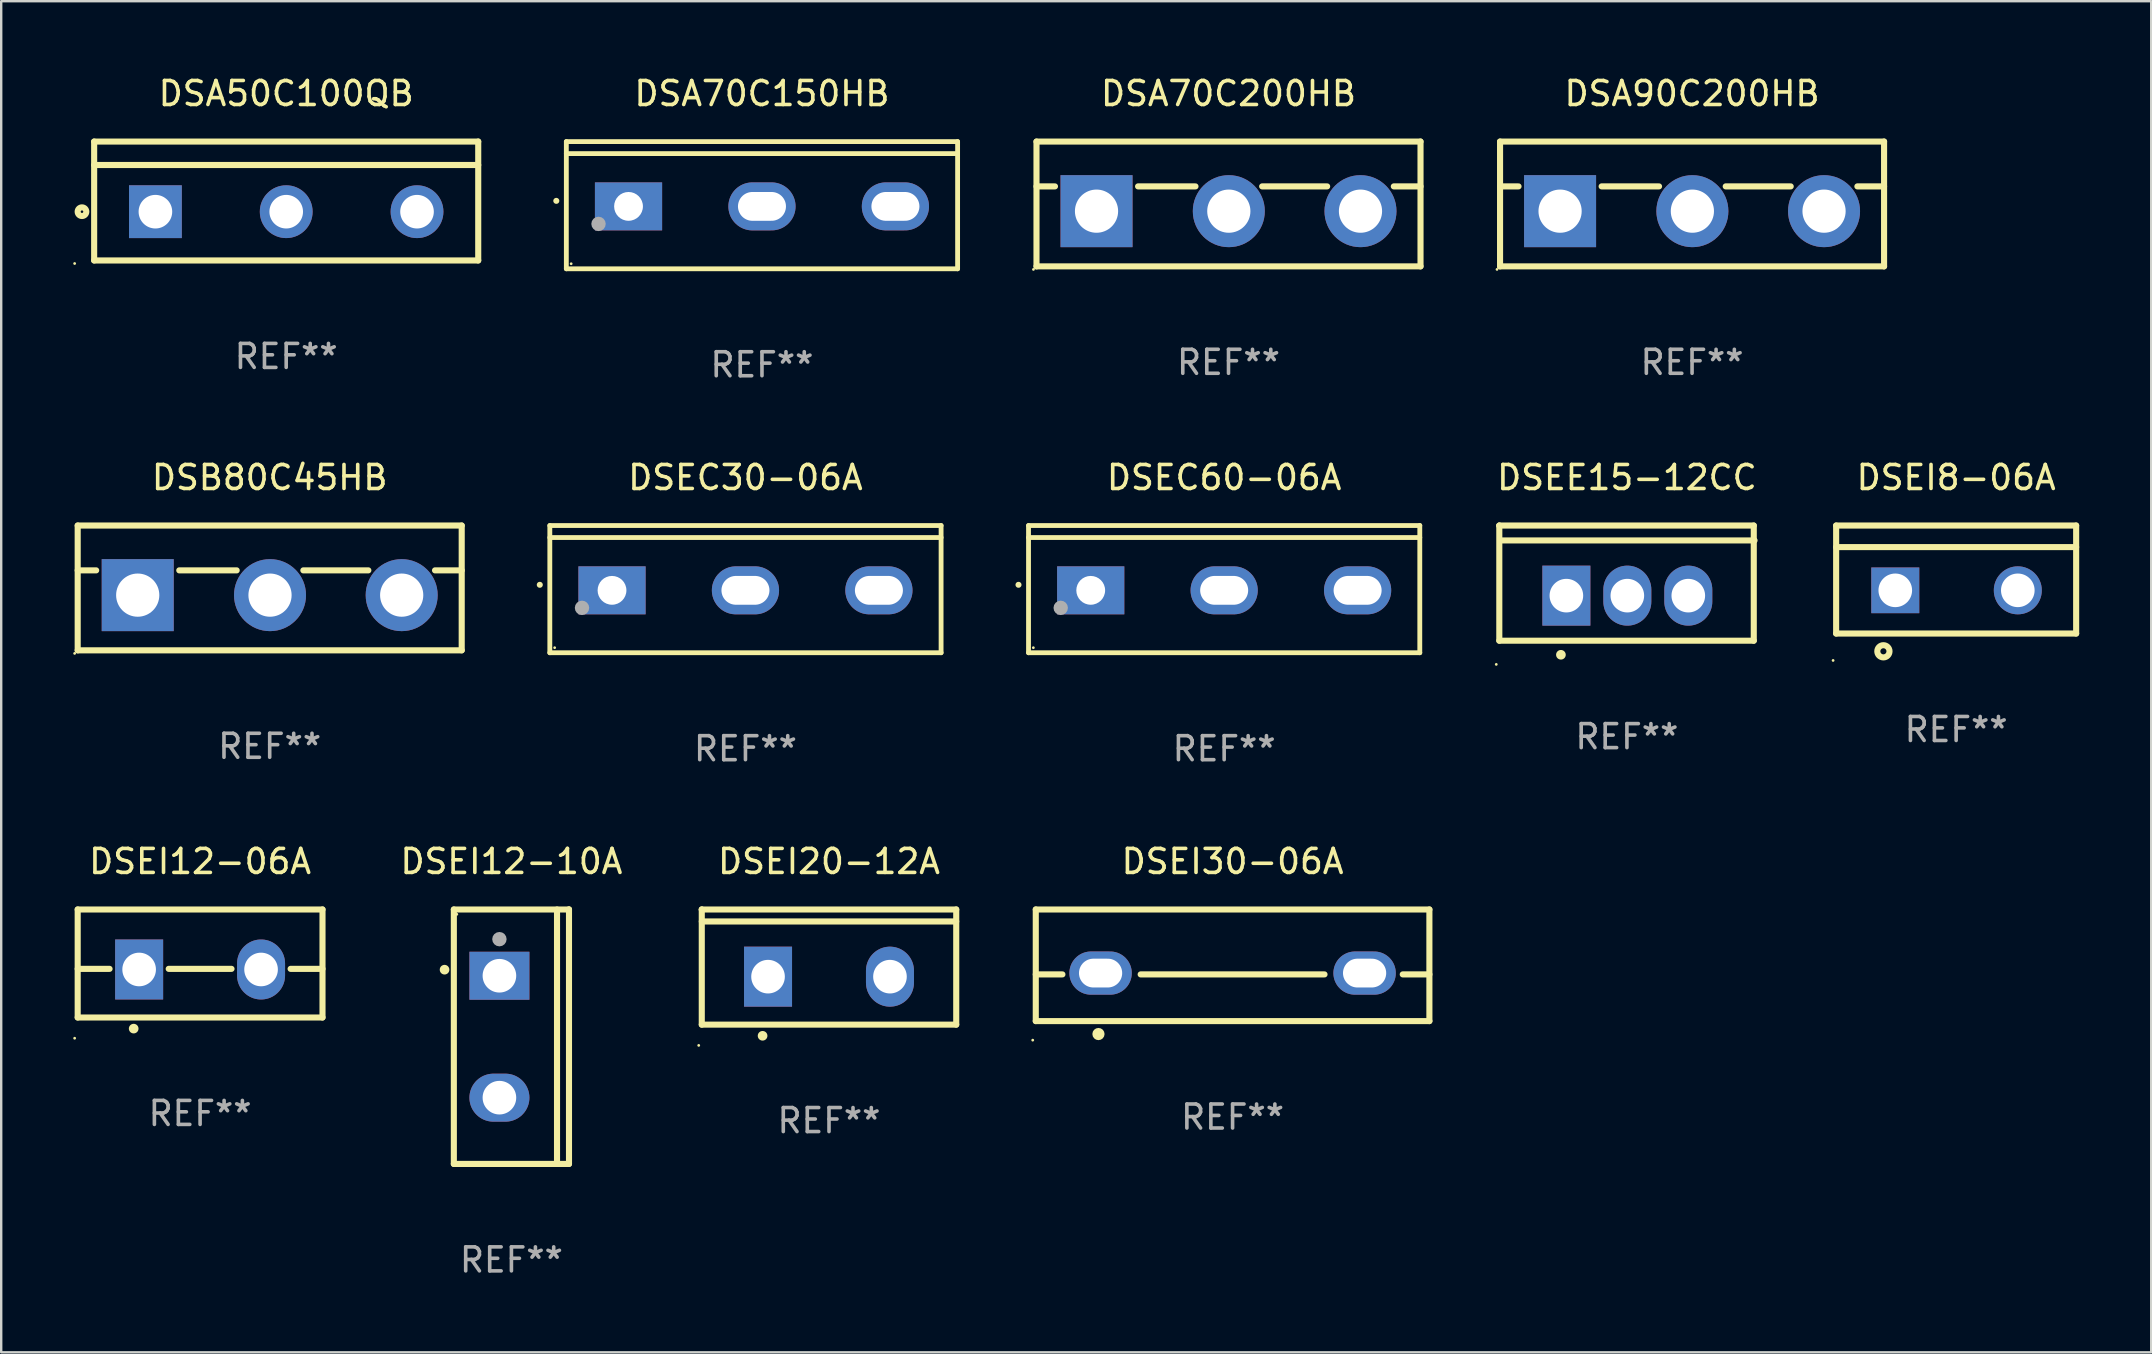
<source format=kicad_pcb>
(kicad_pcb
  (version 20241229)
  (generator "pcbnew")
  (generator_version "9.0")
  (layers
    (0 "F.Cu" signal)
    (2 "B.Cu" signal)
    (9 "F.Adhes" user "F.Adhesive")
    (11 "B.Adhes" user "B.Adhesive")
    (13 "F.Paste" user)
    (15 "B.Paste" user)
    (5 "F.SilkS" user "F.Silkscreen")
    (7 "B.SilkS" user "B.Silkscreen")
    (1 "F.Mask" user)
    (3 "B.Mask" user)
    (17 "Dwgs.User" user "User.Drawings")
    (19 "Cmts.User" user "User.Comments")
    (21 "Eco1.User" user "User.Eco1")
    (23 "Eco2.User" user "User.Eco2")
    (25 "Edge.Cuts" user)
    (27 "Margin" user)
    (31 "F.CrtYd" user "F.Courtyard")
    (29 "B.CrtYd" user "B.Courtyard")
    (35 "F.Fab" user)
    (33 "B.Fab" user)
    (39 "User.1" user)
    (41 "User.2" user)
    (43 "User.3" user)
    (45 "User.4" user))
  (footprint "DSA70C200HB"
    (layer "F.Cu")
    (at 48.135 5.448)
    (property "Reference" "DSA70C200HB" (at 0 -4.6 0) (layer "F.SilkS") (effects (font (size 1 1) (thickness 0.15))))
    (attr through_hole)
    (fp_line (start -8 -2.6) (end -8 2.6) (stroke (width 0.254) (type solid)) (layer "F.SilkS"))
    (fp_line (start -8 -2.6) (end 8 -2.6) (stroke (width 0.254) (type solid)) (layer "F.SilkS"))
    (fp_line (start -8 -0.732) (end -7.23 -0.732) (stroke (width 0.254) (type solid)) (layer "F.SilkS"))
    (fp_line (start -8 2.6) (end 8 2.6) (stroke (width 0.254) (type solid)) (layer "F.SilkS"))
    (fp_line (start -3.768 -0.732) (end -1.376 -0.732) (stroke (width 0.254) (type solid)) (layer "F.SilkS"))
    (fp_line (start 1.402 -0.732) (end 4.11 -0.732) (stroke (width 0.254) (type solid)) (layer "F.SilkS"))
    (fp_line (start 6.888 -0.732) (end 8 -0.732) (stroke (width 0.254) (type solid)) (layer "F.SilkS"))
    (fp_line (start 8 -2.6) (end 8 2.6) (stroke (width 0.254) (type solid)) (layer "F.SilkS"))
    (fp_circle (center -8.127 2.727) (end -8.097 2.727) (stroke (width 0.06) (type solid)) (fill no) (layer "F.SilkS"))
    (fp_text user "REF**" (at 0 6.6 0) (layer "F.Fab") (effects (font (size 1 1) (thickness 0.15))))
    (pad "1" thru_hole rect (at -5.499 0.3) (size 3 3) (drill 1.8) (layers "*.Cu" "*.Mask"))
    (pad "2" thru_hole circle (at 0.013 0.3) (size 3 3) (drill 1.8) (layers "*.Cu" "*.Mask"))
    (pad "3" thru_hole circle (at 5.499 0.3) (size 3 3) (drill 1.8) (layers "*.Cu" "*.Mask")))
  (footprint "DSEC60-06A"
    (layer "F.Cu")
    (at 47.954 21.496)
    (property "Reference" "DSEC60-06A" (at 0 -4.65 0) (layer "F.SilkS") (effects (font (size 1 1) (thickness 0.15))))
    (attr through_hole)
    (fp_line (start -8.151 -2.65) (end -8.151 2.65) (stroke (width 0.201) (type solid)) (layer "F.SilkS"))
    (fp_line (start 8.151 -2.65) (end -8.151 -2.65) (stroke (width 0.201) (type solid)) (layer "F.SilkS"))
    (fp_line (start 8.151 -2.15) (end -8.151 -2.15) (stroke (width 0.201) (type solid)) (layer "F.SilkS"))
    (fp_line (start 8.151 2.65) (end -8.151 2.65) (stroke (width 0.201) (type solid)) (layer "F.SilkS"))
    (fp_line (start 8.151 2.65) (end 8.151 -2.65) (stroke (width 0.201) (type solid)) (layer "F.SilkS"))
    (fp_arc (start -8.570003 -0.18048) (mid -8.568733 -0.180486) (end -8.567463 -0.18048) (stroke (width 0.24892) (type solid)) (layer "F.SilkS"))
    (fp_circle (center -7.95 2.44) (end -7.92 2.44) (stroke (width 0.06) (type solid)) (fill no) (layer "F.SilkS"))
    (fp_circle (center -6.81 0.78) (end -6.66 0.78) (stroke (width 0.3) (type solid)) (fill no) (layer "F.Fab"))
    (fp_text user "REF**" (at 0 6.65 0) (layer "F.Fab") (effects (font (size 1 1) (thickness 0.15))))
    (pad "1" thru_hole rect (at -5.56 0.05 90) (size 2 2.8) (drill 1.2) (layers "*.Cu" "*.Mask"))
    (pad "2" thru_hole oval (at 0 0.05 90) (size 2 2.8) (drill oval 1.2 2) (layers "*.Cu" "*.Mask"))
    (pad "3" thru_hole oval (at 5.56 0.05 90) (size 2 2.8) (drill oval 1.2 2) (layers "*.Cu" "*.Mask")))
  (footprint "DSA70C150HB"
    (layer "F.Cu")
    (at 28.697 5.499)
    (property "Reference" "DSA70C150HB" (at 0 -4.65 0) (layer "F.SilkS") (effects (font (size 1 1) (thickness 0.15))))
    (attr through_hole)
    (fp_line (start -8.151 -2.65) (end -8.151 2.65) (stroke (width 0.201) (type solid)) (layer "F.SilkS"))
    (fp_line (start 8.151 -2.65) (end -8.151 -2.65) (stroke (width 0.201) (type solid)) (layer "F.SilkS"))
    (fp_line (start 8.151 -2.15) (end -8.151 -2.15) (stroke (width 0.201) (type solid)) (layer "F.SilkS"))
    (fp_line (start 8.151 2.65) (end -8.151 2.65) (stroke (width 0.201) (type solid)) (layer "F.SilkS"))
    (fp_line (start 8.151 2.65) (end 8.151 -2.65) (stroke (width 0.201) (type solid)) (layer "F.SilkS"))
    (fp_arc (start -8.570003 -0.18048) (mid -8.568733 -0.180486) (end -8.567463 -0.18048) (stroke (width 0.24892) (type solid)) (layer "F.SilkS"))
    (fp_circle (center -7.95 2.44) (end -7.92 2.44) (stroke (width 0.06) (type solid)) (fill no) (layer "F.SilkS"))
    (fp_circle (center -6.81 0.78) (end -6.66 0.78) (stroke (width 0.3) (type solid)) (fill no) (layer "F.Fab"))
    (fp_text user "REF**" (at 0 6.65 0) (layer "F.Fab") (effects (font (size 1 1) (thickness 0.15))))
    (pad "1" thru_hole rect (at -5.56 0.05 90) (size 2 2.8) (drill 1.2) (layers "*.Cu" "*.Mask"))
    (pad "2" thru_hole oval (at 0 0.05 90) (size 2 2.8) (drill oval 1.2 2) (layers "*.Cu" "*.Mask"))
    (pad "3" thru_hole oval (at 5.56 0.05 90) (size 2 2.8) (drill oval 1.2 2) (layers "*.Cu" "*.Mask")))
  (footprint "DSB80C45HB"
    (layer "F.Cu")
    (at 8.187 21.446)
    (property "Reference" "DSB80C45HB" (at 0 -4.6 0) (layer "F.SilkS") (effects (font (size 1 1) (thickness 0.15))))
    (attr through_hole)
    (fp_line (start -8 -2.6) (end -8 2.6) (stroke (width 0.254) (type solid)) (layer "F.SilkS"))
    (fp_line (start -8 -2.6) (end 8 -2.6) (stroke (width 0.254) (type solid)) (layer "F.SilkS"))
    (fp_line (start -8 -0.732) (end -7.23 -0.732) (stroke (width 0.254) (type solid)) (layer "F.SilkS"))
    (fp_line (start -8 2.6) (end 8 2.6) (stroke (width 0.254) (type solid)) (layer "F.SilkS"))
    (fp_line (start -3.768 -0.732) (end -1.376 -0.732) (stroke (width 0.254) (type solid)) (layer "F.SilkS"))
    (fp_line (start 1.402 -0.732) (end 4.11 -0.732) (stroke (width 0.254) (type solid)) (layer "F.SilkS"))
    (fp_line (start 6.888 -0.732) (end 8 -0.732) (stroke (width 0.254) (type solid)) (layer "F.SilkS"))
    (fp_line (start 8 -2.6) (end 8 2.6) (stroke (width 0.254) (type solid)) (layer "F.SilkS"))
    (fp_circle (center -8.127 2.727) (end -8.097 2.727) (stroke (width 0.06) (type solid)) (fill no) (layer "F.SilkS"))
    (fp_text user "REF**" (at 0 6.6 0) (layer "F.Fab") (effects (font (size 1 1) (thickness 0.15))))
    (pad "1" thru_hole rect (at -5.499 0.3) (size 3 3) (drill 1.8) (layers "*.Cu" "*.Mask"))
    (pad "2" thru_hole circle (at 0.013 0.3) (size 3 3) (drill 1.8) (layers "*.Cu" "*.Mask"))
    (pad "3" thru_hole circle (at 5.499 0.3) (size 3 3) (drill 1.8) (layers "*.Cu" "*.Mask")))
  (footprint "DSA50C100QB"
    (layer "F.Cu")
    (at 8.874 5.325)
    (property "Reference" "DSA50C100QB" (at 0 -4.477 0) (layer "F.SilkS") (effects (font (size 1 1) (thickness 0.15))))
    (attr through_hole)
    (fp_line (start -8.001 -2.477) (end 8.001 -2.477) (stroke (width 0.254) (type solid)) (layer "F.SilkS"))
    (fp_line (start -8.001 2.477) (end -8.001 -2.477) (stroke (width 0.254) (type solid)) (layer "F.SilkS"))
    (fp_line (start -7.999 -1.5) (end 8.001 -1.5) (stroke (width 0.254) (type solid)) (layer "F.SilkS"))
    (fp_line (start 8.001 -2.477) (end 8.001 2.477) (stroke (width 0.254) (type solid)) (layer "F.SilkS"))
    (fp_line (start 8.001 2.477) (end -8.001 2.477) (stroke (width 0.254) (type solid)) (layer "F.SilkS"))
    (fp_circle (center -8.814 2.604) (end -8.784 2.604) (stroke (width 0.06) (type solid)) (fill no) (layer "F.SilkS"))
    (fp_circle (center -8.508 0.445) (end -8.328 0.445) (stroke (width 0.254) (type solid)) (fill no) (layer "F.SilkS"))
    (fp_text user "REF**" (at 0 6.477 0) (layer "F.Fab") (effects (font (size 1 1) (thickness 0.15))))
    (pad "1" thru_hole rect (at -5.449 0.445) (size 2.2 2.2) (drill 1.4) (layers "*.Cu" "*.Mask"))
    (pad "2" thru_hole circle (at 0.001 0.445) (size 2.2 2.2) (drill 1.4) (layers "*.Cu" "*.Mask"))
    (pad "3" thru_hole circle (at 5.451 0.445) (size 2.2 2.2) (drill 1.4) (layers "*.Cu" "*.Mask")))
  (footprint "DSEE15-12CC"
    (layer "F.Cu")
    (at 64.735 21.245)
    (property "Reference" "DSEE15-12CC" (at 0 -4.399 0) (layer "F.SilkS") (effects (font (size 1 1) (thickness 0.15))))
    (attr through_hole)
    (fp_line (start -5.317 -2.399) (end 5.285 -2.399) (stroke (width 0.254) (type solid)) (layer "F.SilkS"))
    (fp_line (start -5.317 -2.394) (end -5.317 -2.399) (stroke (width 0.254) (type solid)) (layer "F.SilkS"))
    (fp_line (start -5.317 2.399) (end -5.317 -2.394) (stroke (width 0.254) (type solid)) (layer "F.SilkS"))
    (fp_line (start 5.285 -2.399) (end 5.285 2.399) (stroke (width 0.254) (type solid)) (layer "F.SilkS"))
    (fp_line (start 5.285 2.399) (end -5.317 2.399) (stroke (width 0.254) (type solid)) (layer "F.SilkS"))
    (fp_line (start 5.317 -1.778) (end -5.283 -1.778) (stroke (width 0.254) (type solid)) (layer "F.SilkS"))
    (fp_arc (start -2.751588 2.985776) (mid -2.750318 2.985772) (end -2.749048 2.985776) (stroke (width 0.4) (type solid)) (layer "F.SilkS"))
    (fp_circle (center -5.444 3.386) (end -5.414 3.386) (stroke (width 0.06) (type solid)) (fill no) (layer "F.SilkS"))
    (fp_text user "REF**" (at 0 6.399 0) (layer "F.Fab") (effects (font (size 1 1) (thickness 0.15))))
    (pad "1" thru_hole rect (at -2.523 0.522) (size 2 2.5) (drill 1.4) (layers "*.Cu" "*.Mask"))
    (pad "2" thru_hole oval (at 0.017 0.522) (size 2 2.5) (drill 1.4) (layers "*.Cu" "*.Mask"))
    (pad "3" thru_hole oval (at 2.557 0.522) (size 2 2.5) (drill 1.4) (layers "*.Cu" "*.Mask")))
  (footprint "DSEI12-06A"
    (layer "F.Cu")
    (at 5.287 37.093)
    (property "Reference" "DSEI12-06A" (at 0 -4.25 0) (layer "F.SilkS") (effects (font (size 1 1) (thickness 0.15))))
    (attr through_hole)
    (fp_line (start -5.1 -2.25) (end -5.1 2.25) (stroke (width 0.254) (type solid)) (layer "F.SilkS"))
    (fp_line (start -5.1 0.224) (end -3.772 0.224) (stroke (width 0.254) (type solid)) (layer "F.SilkS"))
    (fp_line (start -5.1 2.25) (end 5.1 2.25) (stroke (width 0.254) (type solid)) (layer "F.SilkS"))
    (fp_line (start -1.308 0.224) (end 1.309 0.224) (stroke (width 0.254) (type solid)) (layer "F.SilkS"))
    (fp_line (start 3.771 0.224) (end 5.1 0.224) (stroke (width 0.254) (type solid)) (layer "F.SilkS"))
    (fp_line (start 5.1 -2.25) (end -5.1 -2.25) (stroke (width 0.254) (type solid)) (layer "F.SilkS"))
    (fp_line (start 5.1 -2.25) (end 5.1 2.25) (stroke (width 0.254) (type solid)) (layer "F.SilkS"))
    (fp_arc (start -2.768606 2.713805) (mid -2.767336 2.713801) (end -2.766066 2.713805) (stroke (width 0.4) (type solid)) (layer "F.SilkS"))
    (fp_circle (center -5.227 3.114) (end -5.197 3.114) (stroke (width 0.06) (type solid)) (fill no) (layer "F.SilkS"))
    (fp_text user "REF**" (at 0 6.25 0) (layer "F.Fab") (effects (font (size 1 1) (thickness 0.15))))
    (pad "1" thru_hole rect (at -2.54 0.25) (size 2 2.5) (drill 1.4) (layers "*.Cu" "*.Mask"))
    (pad "3" thru_hole oval (at 2.54 0.25) (size 2 2.5) (drill 1.4) (layers "*.Cu" "*.Mask")))
  (footprint "DSEI20-12A"
    (layer "F.Cu")
    (at 31.49 37.242)
    (property "Reference" "DSEI20-12A" (at 0 -4.399 0) (layer "F.SilkS") (effects (font (size 1 1) (thickness 0.15))))
    (attr through_hole)
    (fp_line (start -5.301 -2.399) (end 5.301 -2.399) (stroke (width 0.254) (type solid)) (layer "F.SilkS"))
    (fp_line (start -5.301 -2.394) (end -5.301 -2.399) (stroke (width 0.254) (type solid)) (layer "F.SilkS"))
    (fp_line (start -5.301 2.399) (end -5.301 -2.394) (stroke (width 0.254) (type solid)) (layer "F.SilkS"))
    (fp_line (start 5.3 -1.9) (end -5.3 -1.9) (stroke (width 0.254) (type solid)) (layer "F.SilkS"))
    (fp_line (start 5.301 -2.399) (end 5.301 2.399) (stroke (width 0.254) (type solid)) (layer "F.SilkS"))
    (fp_line (start 5.301 2.399) (end -5.301 2.399) (stroke (width 0.254) (type solid)) (layer "F.SilkS"))
    (fp_arc (start -2.768606 2.863843) (mid -2.767336 2.863839) (end -2.766066 2.863843) (stroke (width 0.4) (type solid)) (layer "F.SilkS"))
    (fp_circle (center -5.428 3.264) (end -5.398 3.264) (stroke (width 0.06) (type solid)) (fill no) (layer "F.SilkS"))
    (fp_text user "REF**" (at 0 6.399 0) (layer "F.Fab") (effects (font (size 1 1) (thickness 0.15))))
    (pad "1" thru_hole rect (at -2.54 0.4) (size 2 2.5) (drill 1.4) (layers "*.Cu" "*.Mask"))
    (pad "2" thru_hole oval (at 2.54 0.4) (size 2 2.5) (drill 1.4) (layers "*.Cu" "*.Mask")))
  (footprint "DSA90C200HB"
    (layer "F.Cu")
    (at 67.449 5.448)
    (property "Reference" "DSA90C200HB" (at 0 -4.6 0) (layer "F.SilkS") (effects (font (size 1 1) (thickness 0.15))))
    (attr through_hole)
    (fp_line (start -8 -2.6) (end -8 2.6) (stroke (width 0.254) (type solid)) (layer "F.SilkS"))
    (fp_line (start -8 -2.6) (end 8 -2.6) (stroke (width 0.254) (type solid)) (layer "F.SilkS"))
    (fp_line (start -8 -0.732) (end -7.23 -0.732) (stroke (width 0.254) (type solid)) (layer "F.SilkS"))
    (fp_line (start -8 2.6) (end 8 2.6) (stroke (width 0.254) (type solid)) (layer "F.SilkS"))
    (fp_line (start -3.768 -0.732) (end -1.376 -0.732) (stroke (width 0.254) (type solid)) (layer "F.SilkS"))
    (fp_line (start 1.402 -0.732) (end 4.11 -0.732) (stroke (width 0.254) (type solid)) (layer "F.SilkS"))
    (fp_line (start 6.888 -0.732) (end 8 -0.732) (stroke (width 0.254) (type solid)) (layer "F.SilkS"))
    (fp_line (start 8 -2.6) (end 8 2.6) (stroke (width 0.254) (type solid)) (layer "F.SilkS"))
    (fp_circle (center -8.127 2.727) (end -8.097 2.727) (stroke (width 0.06) (type solid)) (fill no) (layer "F.SilkS"))
    (fp_text user "REF**" (at 0 6.6 0) (layer "F.Fab") (effects (font (size 1 1) (thickness 0.15))))
    (pad "1" thru_hole rect (at -5.499 0.3) (size 3 3) (drill 1.8) (layers "*.Cu" "*.Mask"))
    (pad "2" thru_hole circle (at 0.013 0.3) (size 3 3) (drill 1.8) (layers "*.Cu" "*.Mask"))
    (pad "3" thru_hole circle (at 5.499 0.3) (size 3 3) (drill 1.8) (layers "*.Cu" "*.Mask")))
  (footprint "DSEI12-10A"
    (layer "F.Cu")
    (at 18.258 40.144)
    (property "Reference" "DSEI12-10A" (at 0 -7.301 0) (layer "F.SilkS") (effects (font (size 1 1) (thickness 0.15))))
    (attr through_hole)
    (fp_line (start -2.399 -5.301) (end 2.394 -5.301) (stroke (width 0.254) (type solid)) (layer "F.SilkS"))
    (fp_line (start -2.399 5.301) (end -2.399 -5.301) (stroke (width 0.254) (type solid)) (layer "F.SilkS"))
    (fp_line (start 1.9 -5.061) (end 1.9 -5.3) (stroke (width 0.254) (type solid)) (layer "F.SilkS"))
    (fp_line (start 1.9 5.3) (end 1.9 -5.061) (stroke (width 0.254) (type solid)) (layer "F.SilkS"))
    (fp_line (start 2.394 -5.301) (end 2.399 -5.301) (stroke (width 0.254) (type solid)) (layer "F.SilkS"))
    (fp_line (start 2.399 -5.301) (end 2.399 5.301) (stroke (width 0.254) (type solid)) (layer "F.SilkS"))
    (fp_line (start 2.399 5.301) (end -2.399 5.301) (stroke (width 0.254) (type solid)) (layer "F.SilkS"))
    (fp_arc (start -2.786043 -2.791466) (mid -2.786047 -2.792736) (end -2.786043 -2.794006) (stroke (width 0.4) (type solid)) (layer "F.SilkS"))
    (fp_circle (center -2.275 -5.1) (end -2.245 -5.1) (stroke (width 0.06) (type solid)) (fill no) (layer "F.SilkS"))
    (fp_circle (center -0.5 -4.064) (end -0.35 -4.064) (stroke (width 0.3) (type solid)) (fill no) (layer "F.Fab"))
    (fp_text user "REF**" (at 0 9.301 0) (layer "F.Fab") (effects (font (size 1 1) (thickness 0.15))))
    (pad "1" thru_hole rect (at -0.5 -2.54 270) (size 2 2.5) (drill 1.4) (layers "*.Cu" "*.Mask"))
    (pad "3" thru_hole oval (at -0.5 2.54 270) (size 2 2.5) (drill 1.4) (layers "*.Cu" "*.Mask")))
  (footprint "DSEC30-06A"
    (layer "F.Cu")
    (at 28.009 21.496)
    (property "Reference" "DSEC30-06A" (at 0 -4.65 0) (layer "F.SilkS") (effects (font (size 1 1) (thickness 0.15))))
    (attr through_hole)
    (fp_line (start -8.151 -2.65) (end -8.151 2.65) (stroke (width 0.201) (type solid)) (layer "F.SilkS"))
    (fp_line (start 8.151 -2.65) (end -8.151 -2.65) (stroke (width 0.201) (type solid)) (layer "F.SilkS"))
    (fp_line (start 8.151 -2.15) (end -8.151 -2.15) (stroke (width 0.201) (type solid)) (layer "F.SilkS"))
    (fp_line (start 8.151 2.65) (end -8.151 2.65) (stroke (width 0.201) (type solid)) (layer "F.SilkS"))
    (fp_line (start 8.151 2.65) (end 8.151 -2.65) (stroke (width 0.201) (type solid)) (layer "F.SilkS"))
    (fp_arc (start -8.570003 -0.18048) (mid -8.568733 -0.180486) (end -8.567463 -0.18048) (stroke (width 0.24892) (type solid)) (layer "F.SilkS"))
    (fp_circle (center -7.95 2.44) (end -7.92 2.44) (stroke (width 0.06) (type solid)) (fill no) (layer "F.SilkS"))
    (fp_circle (center -6.81 0.78) (end -6.66 0.78) (stroke (width 0.3) (type solid)) (fill no) (layer "F.Fab"))
    (fp_text user "REF**" (at 0 6.65 0) (layer "F.Fab") (effects (font (size 1 1) (thickness 0.15))))
    (pad "1" thru_hole rect (at -5.56 0.05 90) (size 2 2.8) (drill 1.2) (layers "*.Cu" "*.Mask"))
    (pad "2" thru_hole oval (at 0 0.05 90) (size 2 2.8) (drill oval 1.2 2) (layers "*.Cu" "*.Mask"))
    (pad "3" thru_hole oval (at 5.56 0.05 90) (size 2 2.8) (drill oval 1.2 2) (layers "*.Cu" "*.Mask")))
  (footprint "DSEI30-06A"
    (layer "F.Cu")
    (at 48.305 37.168)
    (property "Reference" "DSEI30-06A" (at 0 -4.325 0) (layer "F.SilkS") (effects (font (size 1 1) (thickness 0.15))))
    (attr through_hole)
    (fp_line (start -8.2 -2.325) (end -8.2 2.325) (stroke (width 0.254) (type solid)) (layer "F.SilkS"))
    (fp_line (start -8.2 -2.325) (end 8.2 -2.325) (stroke (width 0.254) (type solid)) (layer "F.SilkS"))
    (fp_line (start -8.2 0.38) (end -7.09 0.38) (stroke (width 0.254) (type solid)) (layer "F.SilkS"))
    (fp_line (start -8.2 2.325) (end 8.2 2.325) (stroke (width 0.254) (type solid)) (layer "F.SilkS"))
    (fp_line (start -3.83 0.38) (end 3.83 0.38) (stroke (width 0.254) (type solid)) (layer "F.SilkS"))
    (fp_line (start 7.09 0.38) (end 8.2 0.38) (stroke (width 0.254) (type solid)) (layer "F.SilkS"))
    (fp_line (start 8.2 -2.325) (end 8.2 2.325) (stroke (width 0.254) (type solid)) (layer "F.SilkS"))
    (fp_circle (center -8.327 3.119) (end -8.297 3.119) (stroke (width 0.06) (type solid)) (fill no) (layer "F.SilkS"))
    (fp_circle (center -5.588 2.865) (end -5.461 2.865) (stroke (width 0.254) (type solid)) (fill no) (layer "F.SilkS"))
    (fp_text user "REF**" (at 0 6.325 0) (layer "F.Fab") (effects (font (size 1 1) (thickness 0.15))))
    (pad "1" thru_hole oval (at -5.5 0.325) (size 2.6 1.8) (drill oval 1.8 1.2) (layers "*.Cu" "*.Mask"))
    (pad "3" thru_hole oval (at 5.5 0.325) (size 2.6 1.8) (drill oval 1.8 1.2) (layers "*.Cu" "*.Mask")))
  (footprint "DSEI8-06A"
    (layer "F.Cu")
    (at 78.452 21.096)
    (property "Reference" "DSEI8-06A" (at 0 -4.25 0) (layer "F.SilkS") (effects (font (size 1 1) (thickness 0.15))))
    (attr through_hole)
    (fp_line (start -5 -2.25) (end 5 -2.25) (stroke (width 0.254) (type solid)) (layer "F.SilkS"))
    (fp_line (start -5 -1.351) (end 5 -1.351) (stroke (width 0.254) (type solid)) (layer "F.SilkS"))
    (fp_line (start -5 2.25) (end -5 -2.25) (stroke (width 0.254) (type solid)) (layer "F.SilkS"))
    (fp_line (start -5 2.25) (end 5 2.25) (stroke (width 0.254) (type solid)) (layer "F.SilkS"))
    (fp_line (start 5 2.25) (end 5 -2.25) (stroke (width 0.254) (type solid)) (layer "F.SilkS"))
    (fp_circle (center -5.127 3.371) (end -5.097 3.371) (stroke (width 0.06) (type solid)) (fill no) (layer "F.SilkS"))
    (fp_circle (center -3.031 2.99) (end -2.777 2.99) (stroke (width 0.254) (type solid)) (fill no) (layer "F.SilkS"))
    (fp_text user "REF**" (at 0 6.25 0) (layer "F.Fab") (effects (font (size 1 1) (thickness 0.15))))
    (pad "1" thru_hole rect (at -2.536 0.45 90) (size 1.905 2) (drill 1.4) (layers "*.Cu" "*.Mask"))
    (pad "3" thru_hole circle (at 2.569 0.45) (size 2 2) (drill 1.4) (layers "*.Cu" "*.Mask")))
  (gr_rect
    (start -3 -3)
    (end 86.579 53.293)
    (stroke (width 0.1) (type default))
    (fill no)
    (layer "Edge.Cuts")))
</source>
